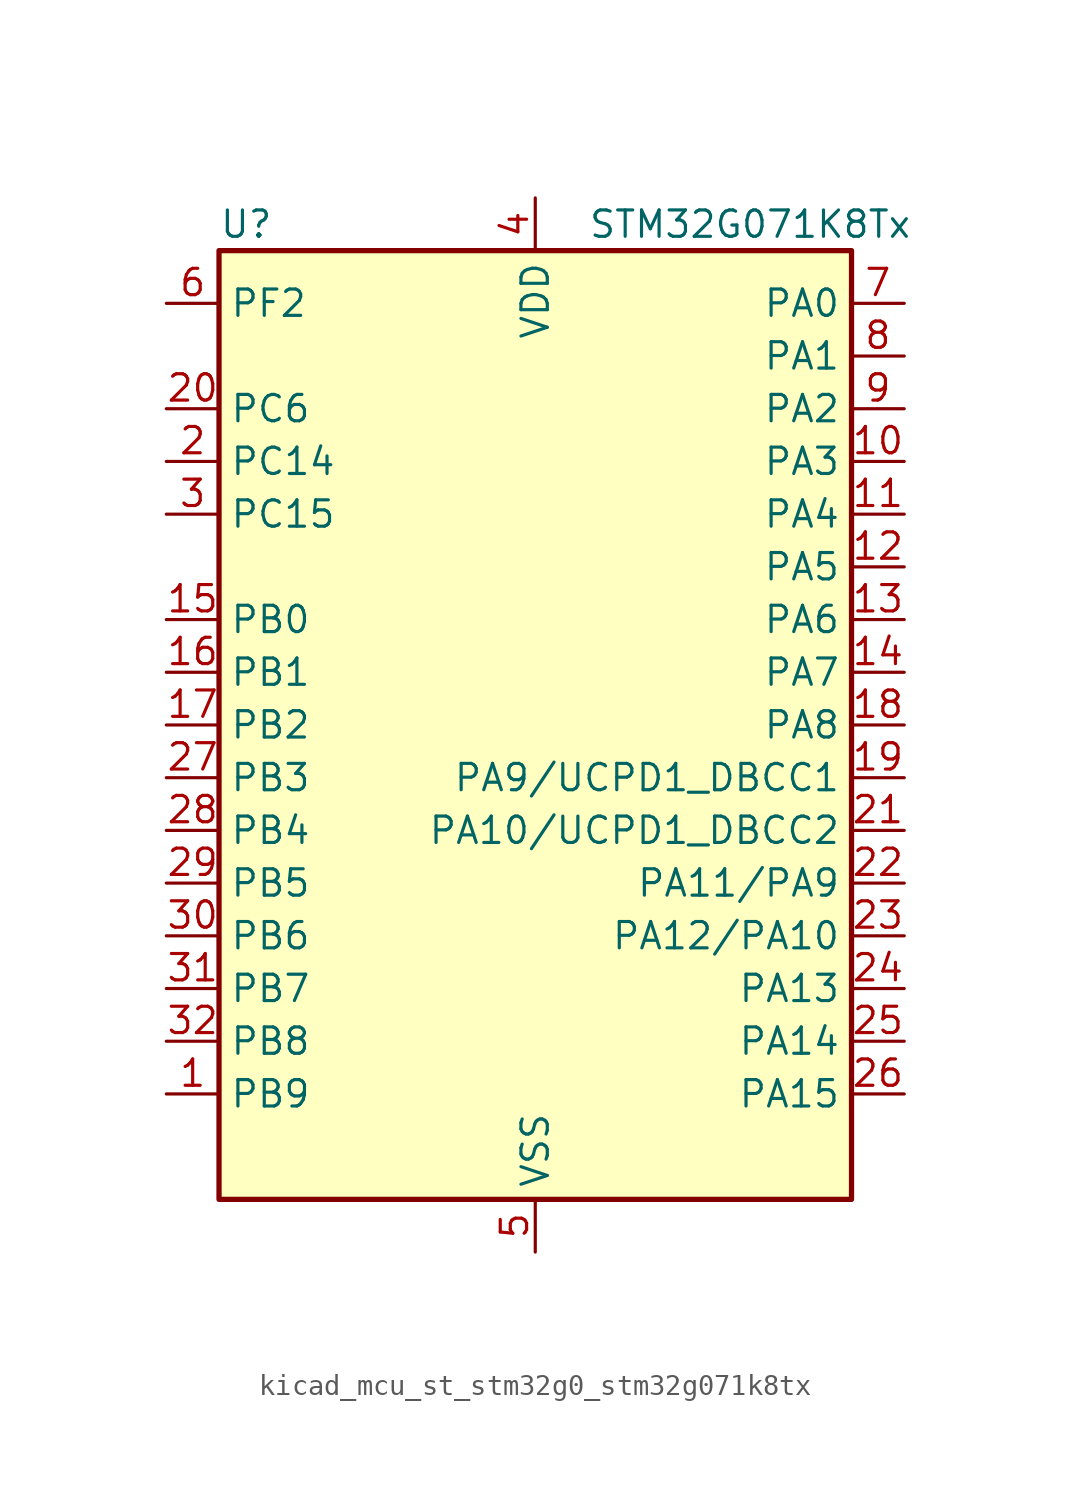
<source format=kicad_sym>
(kicad_symbol_lib
  (version 20220914)
  (generator kicad_symbol_editor)
  (symbol "kicad_mcu_st_stm32g0_stm32g071k8tx"
    (property "Reference" "U"
      (at -15.24 24.13 0)
      (effects (font (size 1.27 1.27)) (justify left)))
    (property "Value" "STM32G071K8Tx"
      (at 2.54 24.13 0)
      (effects (font (size 1.27 1.27)) (justify left)))
    (property "ki_locked" ""
      (at 0 0 0)
      (effects (font (size 1.27 1.27))))
    (symbol "kicad_mcu_st_stm32g0_stm32g071k8tx_0_1"
      (rectangle (start -15.24 -22.86) (end 15.24 22.86) (stroke (width 0.254) (type default)) (fill (type background))))
    (symbol "kicad_mcu_st_stm32g0_stm32g071k8tx_1_1"
      (pin bidirectional line (at -17.78 -17.78 0) (length 2.54) (name "PB9" (effects (font (size 1.27 1.27)))) (number "1" (effects (font (size 1.27 1.27)))) (alternate "DAC1_EXTI9" bidirectional line) (alternate "I2C1_SDA" bidirectional line) (alternate "IR_OUT" bidirectional line) (alternate "SPI2_NSS" bidirectional line) (alternate "TIM17_CH1" bidirectional line) (alternate "USART3_RX" bidirectional line))
      (pin bidirectional line (at 17.78 12.7 180) (length 2.54) (name "PA3" (effects (font (size 1.27 1.27)))) (number "10" (effects (font (size 1.27 1.27)))) (alternate "ADC1_IN3" bidirectional line) (alternate "COMP2_INP" bidirectional line) (alternate "LPUART1_RX" bidirectional line) (alternate "SPI2_MISO" bidirectional line) (alternate "TIM15_CH2" bidirectional line) (alternate "TIM2_CH4" bidirectional line) (alternate "USART2_RX" bidirectional line))
      (pin bidirectional line (at 17.78 10.16 180) (length 2.54) (name "PA4" (effects (font (size 1.27 1.27)))) (number "11" (effects (font (size 1.27 1.27)))) (alternate "ADC1_IN4" bidirectional line) (alternate "DAC1_OUT1" bidirectional line) (alternate "I2S1_WS" bidirectional line) (alternate "LPTIM2_OUT" bidirectional line) (alternate "RTC_OUT_ALARM" bidirectional line) (alternate "RTC_OUT_CALIB" bidirectional line) (alternate "RTC_TAMP_IN1" bidirectional line) (alternate "RTC_TS" bidirectional line) (alternate "SPI1_NSS" bidirectional line) (alternate "SPI2_MOSI" bidirectional line) (alternate "SYS_WKUP2" bidirectional line) (alternate "TIM14_CH1" bidirectional line))
      (pin bidirectional line (at 17.78 7.62 180) (length 2.54) (name "PA5" (effects (font (size 1.27 1.27)))) (number "12" (effects (font (size 1.27 1.27)))) (alternate "ADC1_IN5" bidirectional line) (alternate "CEC" bidirectional line) (alternate "DAC1_OUT2" bidirectional line) (alternate "I2S1_CK" bidirectional line) (alternate "LPTIM2_ETR" bidirectional line) (alternate "SPI1_SCK" bidirectional line) (alternate "TIM2_CH1" bidirectional line) (alternate "TIM2_ETR" bidirectional line) (alternate "UCPD1_FRSTX1" bidirectional line) (alternate "UCPD1_FRSTX2" bidirectional line) (alternate "USART3_TX" bidirectional line))
      (pin bidirectional line (at 17.78 5.08 180) (length 2.54) (name "PA6" (effects (font (size 1.27 1.27)))) (number "13" (effects (font (size 1.27 1.27)))) (alternate "ADC1_IN6" bidirectional line) (alternate "COMP1_OUT" bidirectional line) (alternate "I2S1_MCK" bidirectional line) (alternate "LPUART1_CTS" bidirectional line) (alternate "SPI1_MISO" bidirectional line) (alternate "TIM16_CH1" bidirectional line) (alternate "TIM1_BK" bidirectional line) (alternate "TIM3_CH1" bidirectional line) (alternate "USART3_CTS" bidirectional line) (alternate "USART3_NSS" bidirectional line))
      (pin bidirectional line (at 17.78 2.54 180) (length 2.54) (name "PA7" (effects (font (size 1.27 1.27)))) (number "14" (effects (font (size 1.27 1.27)))) (alternate "ADC1_IN7" bidirectional line) (alternate "COMP2_OUT" bidirectional line) (alternate "I2S1_SD" bidirectional line) (alternate "SPI1_MOSI" bidirectional line) (alternate "TIM14_CH1" bidirectional line) (alternate "TIM17_CH1" bidirectional line) (alternate "TIM1_CH1N" bidirectional line) (alternate "TIM3_CH2" bidirectional line) (alternate "UCPD1_FRSTX1" bidirectional line) (alternate "UCPD1_FRSTX2" bidirectional line))
      (pin bidirectional line (at -17.78 5.08 0) (length 2.54) (name "PB0" (effects (font (size 1.27 1.27)))) (number "15" (effects (font (size 1.27 1.27)))) (alternate "ADC1_IN8" bidirectional line) (alternate "COMP1_OUT" bidirectional line) (alternate "I2S1_WS" bidirectional line) (alternate "LPTIM1_OUT" bidirectional line) (alternate "SPI1_NSS" bidirectional line) (alternate "TIM1_CH2N" bidirectional line) (alternate "TIM3_CH3" bidirectional line) (alternate "UCPD1_FRSTX1" bidirectional line) (alternate "UCPD1_FRSTX2" bidirectional line) (alternate "USART3_RX" bidirectional line))
      (pin bidirectional line (at -17.78 2.54 0) (length 2.54) (name "PB1" (effects (font (size 1.27 1.27)))) (number "16" (effects (font (size 1.27 1.27)))) (alternate "ADC1_IN9" bidirectional line) (alternate "COMP1_INM" bidirectional line) (alternate "LPTIM2_IN1" bidirectional line) (alternate "LPUART1_DE" bidirectional line) (alternate "LPUART1_RTS" bidirectional line) (alternate "TIM14_CH1" bidirectional line) (alternate "TIM1_CH3N" bidirectional line) (alternate "TIM3_CH4" bidirectional line) (alternate "USART3_CK" bidirectional line) (alternate "USART3_DE" bidirectional line) (alternate "USART3_RTS" bidirectional line))
      (pin bidirectional line (at -17.78 0 0) (length 2.54) (name "PB2" (effects (font (size 1.27 1.27)))) (number "17" (effects (font (size 1.27 1.27)))) (alternate "ADC1_IN10" bidirectional line) (alternate "COMP1_INP" bidirectional line) (alternate "LPTIM1_OUT" bidirectional line) (alternate "SPI2_MISO" bidirectional line) (alternate "USART3_TX" bidirectional line))
      (pin bidirectional line (at 17.78 0 180) (length 2.54) (name "PA8" (effects (font (size 1.27 1.27)))) (number "18" (effects (font (size 1.27 1.27)))) (alternate "LPTIM2_OUT" bidirectional line) (alternate "RCC_MCO" bidirectional line) (alternate "SPI2_NSS" bidirectional line) (alternate "TIM1_CH1" bidirectional line) (alternate "UCPD1_CC1" bidirectional line))
      (pin bidirectional line (at 17.78 -2.54 180) (length 2.54) (name "PA9/UCPD1_DBCC1" (effects (font (size 1.27 1.27)))) (number "19" (effects (font (size 1.27 1.27)))) (alternate "DAC1_EXTI9" bidirectional line) (alternate "I2C1_SCL" bidirectional line) (alternate "RCC_MCO" bidirectional line) (alternate "SPI2_MISO" bidirectional line) (alternate "TIM15_BK" bidirectional line) (alternate "TIM1_CH2" bidirectional line) (alternate "UCPD1_DBCC1" bidirectional line) (alternate "USART1_TX" bidirectional line))
      (pin bidirectional line (at -17.78 12.7 0) (length 2.54) (name "PC14" (effects (font (size 1.27 1.27)))) (number "2" (effects (font (size 1.27 1.27)))) (alternate "RCC_OSC32_IN" bidirectional line) (alternate "RCC_OSC_IN" bidirectional line) (alternate "TIM1_BK2" bidirectional line))
      (pin bidirectional line (at -17.78 15.24 0) (length 2.54) (name "PC6" (effects (font (size 1.27 1.27)))) (number "20" (effects (font (size 1.27 1.27)))) (alternate "TIM2_CH3" bidirectional line) (alternate "TIM3_CH1" bidirectional line) (alternate "UCPD1_FRSTX1" bidirectional line) (alternate "UCPD1_FRSTX2" bidirectional line))
      (pin bidirectional line (at 17.78 -5.08 180) (length 2.54) (name "PA10/UCPD1_DBCC2" (effects (font (size 1.27 1.27)))) (number "21" (effects (font (size 1.27 1.27)))) (alternate "I2C1_SDA" bidirectional line) (alternate "SPI2_MOSI" bidirectional line) (alternate "TIM17_BK" bidirectional line) (alternate "TIM1_CH3" bidirectional line) (alternate "UCPD1_DBCC2" bidirectional line) (alternate "USART1_RX" bidirectional line))
      (pin bidirectional line (at 17.78 -7.62 180) (length 2.54) (name "PA11/PA9" (effects (font (size 1.27 1.27)))) (number "22" (effects (font (size 1.27 1.27)))) (alternate "ADC1_EXTI11" bidirectional line) (alternate "COMP1_OUT" bidirectional line) (alternate "I2C2_SCL" bidirectional line) (alternate "I2S1_MCK" bidirectional line) (alternate "SPI1_MISO" bidirectional line) (alternate "TIM1_BK2" bidirectional line) (alternate "TIM1_CH4" bidirectional line) (alternate "USART1_CTS" bidirectional line) (alternate "USART1_NSS" bidirectional line))
      (pin bidirectional line (at 17.78 -10.16 180) (length 2.54) (name "PA12/PA10" (effects (font (size 1.27 1.27)))) (number "23" (effects (font (size 1.27 1.27)))) (alternate "COMP2_OUT" bidirectional line) (alternate "I2C2_SDA" bidirectional line) (alternate "I2S1_SD" bidirectional line) (alternate "I2S_CKIN" bidirectional line) (alternate "SPI1_MOSI" bidirectional line) (alternate "TIM1_ETR" bidirectional line) (alternate "USART1_CK" bidirectional line) (alternate "USART1_DE" bidirectional line) (alternate "USART1_RTS" bidirectional line))
      (pin bidirectional line (at 17.78 -12.7 180) (length 2.54) (name "PA13" (effects (font (size 1.27 1.27)))) (number "24" (effects (font (size 1.27 1.27)))) (alternate "IR_OUT" bidirectional line) (alternate "SYS_SWDIO" bidirectional line))
      (pin bidirectional line (at 17.78 -15.24 180) (length 2.54) (name "PA14" (effects (font (size 1.27 1.27)))) (number "25" (effects (font (size 1.27 1.27)))) (alternate "SYS_SWCLK" bidirectional line) (alternate "USART2_TX" bidirectional line))
      (pin bidirectional line (at 17.78 -17.78 180) (length 2.54) (name "PA15" (effects (font (size 1.27 1.27)))) (number "26" (effects (font (size 1.27 1.27)))) (alternate "I2S1_WS" bidirectional line) (alternate "SPI1_NSS" bidirectional line) (alternate "TIM2_CH1" bidirectional line) (alternate "TIM2_ETR" bidirectional line) (alternate "USART2_RX" bidirectional line) (alternate "USART3_CK" bidirectional line) (alternate "USART3_DE" bidirectional line) (alternate "USART3_RTS" bidirectional line) (alternate "USART4_CK" bidirectional line) (alternate "USART4_DE" bidirectional line) (alternate "USART4_RTS" bidirectional line))
      (pin bidirectional line (at -17.78 -2.54 0) (length 2.54) (name "PB3" (effects (font (size 1.27 1.27)))) (number "27" (effects (font (size 1.27 1.27)))) (alternate "COMP2_INM" bidirectional line) (alternate "I2S1_CK" bidirectional line) (alternate "SPI1_SCK" bidirectional line) (alternate "TIM1_CH2" bidirectional line) (alternate "TIM2_CH2" bidirectional line) (alternate "USART1_CK" bidirectional line) (alternate "USART1_DE" bidirectional line) (alternate "USART1_RTS" bidirectional line))
      (pin bidirectional line (at -17.78 -5.08 0) (length 2.54) (name "PB4" (effects (font (size 1.27 1.27)))) (number "28" (effects (font (size 1.27 1.27)))) (alternate "COMP2_INP" bidirectional line) (alternate "I2S1_MCK" bidirectional line) (alternate "SPI1_MISO" bidirectional line) (alternate "TIM17_BK" bidirectional line) (alternate "TIM3_CH1" bidirectional line) (alternate "USART1_CTS" bidirectional line) (alternate "USART1_NSS" bidirectional line))
      (pin bidirectional line (at -17.78 -7.62 0) (length 2.54) (name "PB5" (effects (font (size 1.27 1.27)))) (number "29" (effects (font (size 1.27 1.27)))) (alternate "COMP2_OUT" bidirectional line) (alternate "I2C1_SMBA" bidirectional line) (alternate "I2S1_SD" bidirectional line) (alternate "LPTIM1_IN1" bidirectional line) (alternate "SPI1_MOSI" bidirectional line) (alternate "SYS_WKUP6" bidirectional line) (alternate "TIM16_BK" bidirectional line) (alternate "TIM3_CH2" bidirectional line))
      (pin bidirectional line (at -17.78 10.16 0) (length 2.54) (name "PC15" (effects (font (size 1.27 1.27)))) (number "3" (effects (font (size 1.27 1.27)))) (alternate "RCC_OSC32_EN" bidirectional line) (alternate "RCC_OSC32_OUT" bidirectional line) (alternate "RCC_OSC_EN" bidirectional line) (alternate "TIM15_BK" bidirectional line))
      (pin bidirectional line (at -17.78 -10.16 0) (length 2.54) (name "PB6" (effects (font (size 1.27 1.27)))) (number "30" (effects (font (size 1.27 1.27)))) (alternate "COMP2_INP" bidirectional line) (alternate "I2C1_SCL" bidirectional line) (alternate "LPTIM1_ETR" bidirectional line) (alternate "SPI2_MISO" bidirectional line) (alternate "TIM16_CH1N" bidirectional line) (alternate "TIM1_CH3" bidirectional line) (alternate "USART1_TX" bidirectional line))
      (pin bidirectional line (at -17.78 -12.7 0) (length 2.54) (name "PB7" (effects (font (size 1.27 1.27)))) (number "31" (effects (font (size 1.27 1.27)))) (alternate "COMP2_INM" bidirectional line) (alternate "I2C1_SDA" bidirectional line) (alternate "LPTIM1_IN2" bidirectional line) (alternate "SPI2_MOSI" bidirectional line) (alternate "SYS_PVD_IN" bidirectional line) (alternate "TIM17_CH1N" bidirectional line) (alternate "USART1_RX" bidirectional line) (alternate "USART4_CTS" bidirectional line) (alternate "USART4_NSS" bidirectional line))
      (pin bidirectional line (at -17.78 -15.24 0) (length 2.54) (name "PB8" (effects (font (size 1.27 1.27)))) (number "32" (effects (font (size 1.27 1.27)))) (alternate "CEC" bidirectional line) (alternate "I2C1_SCL" bidirectional line) (alternate "SPI2_SCK" bidirectional line) (alternate "TIM15_BK" bidirectional line) (alternate "TIM16_CH1" bidirectional line) (alternate "USART3_TX" bidirectional line))
      (pin power_in line (at 0 25.4 270) (length 2.54) (name "VDD" (effects (font (size 1.27 1.27)))) (number "4" (effects (font (size 1.27 1.27)))))
      (pin power_in line (at 0 -25.4 90) (length 2.54) (name "VSS" (effects (font (size 1.27 1.27)))) (number "5" (effects (font (size 1.27 1.27)))))
      (pin bidirectional line (at -17.78 20.32 0) (length 2.54) (name "PF2" (effects (font (size 1.27 1.27)))) (number "6" (effects (font (size 1.27 1.27)))) (alternate "RCC_MCO" bidirectional line))
      (pin bidirectional line (at 17.78 20.32 180) (length 2.54) (name "PA0" (effects (font (size 1.27 1.27)))) (number "7" (effects (font (size 1.27 1.27)))) (alternate "ADC1_IN0" bidirectional line) (alternate "COMP1_INM" bidirectional line) (alternate "COMP1_OUT" bidirectional line) (alternate "LPTIM1_OUT" bidirectional line) (alternate "RTC_TAMP_IN2" bidirectional line) (alternate "SPI2_SCK" bidirectional line) (alternate "SYS_WKUP1" bidirectional line) (alternate "TIM2_CH1" bidirectional line) (alternate "TIM2_ETR" bidirectional line) (alternate "USART2_CTS" bidirectional line) (alternate "USART2_NSS" bidirectional line) (alternate "USART4_TX" bidirectional line))
      (pin bidirectional line (at 17.78 17.78 180) (length 2.54) (name "PA1" (effects (font (size 1.27 1.27)))) (number "8" (effects (font (size 1.27 1.27)))) (alternate "ADC1_IN1" bidirectional line) (alternate "COMP1_INP" bidirectional line) (alternate "I2C1_SMBA" bidirectional line) (alternate "I2S1_CK" bidirectional line) (alternate "SPI1_SCK" bidirectional line) (alternate "TIM15_CH1N" bidirectional line) (alternate "TIM2_CH2" bidirectional line) (alternate "USART2_CK" bidirectional line) (alternate "USART2_DE" bidirectional line) (alternate "USART2_RTS" bidirectional line) (alternate "USART4_RX" bidirectional line))
      (pin bidirectional line (at 17.78 15.24 180) (length 2.54) (name "PA2" (effects (font (size 1.27 1.27)))) (number "9" (effects (font (size 1.27 1.27)))) (alternate "ADC1_IN2" bidirectional line) (alternate "COMP2_INM" bidirectional line) (alternate "COMP2_OUT" bidirectional line) (alternate "I2S1_SD" bidirectional line) (alternate "LPUART1_TX" bidirectional line) (alternate "RCC_LSCO" bidirectional line) (alternate "SPI1_MOSI" bidirectional line) (alternate "SYS_WKUP4" bidirectional line) (alternate "TIM15_CH1" bidirectional line) (alternate "TIM2_CH3" bidirectional line) (alternate "UCPD1_FRSTX1" bidirectional line) (alternate "UCPD1_FRSTX2" bidirectional line) (alternate "USART2_TX" bidirectional line)))))
</source>
